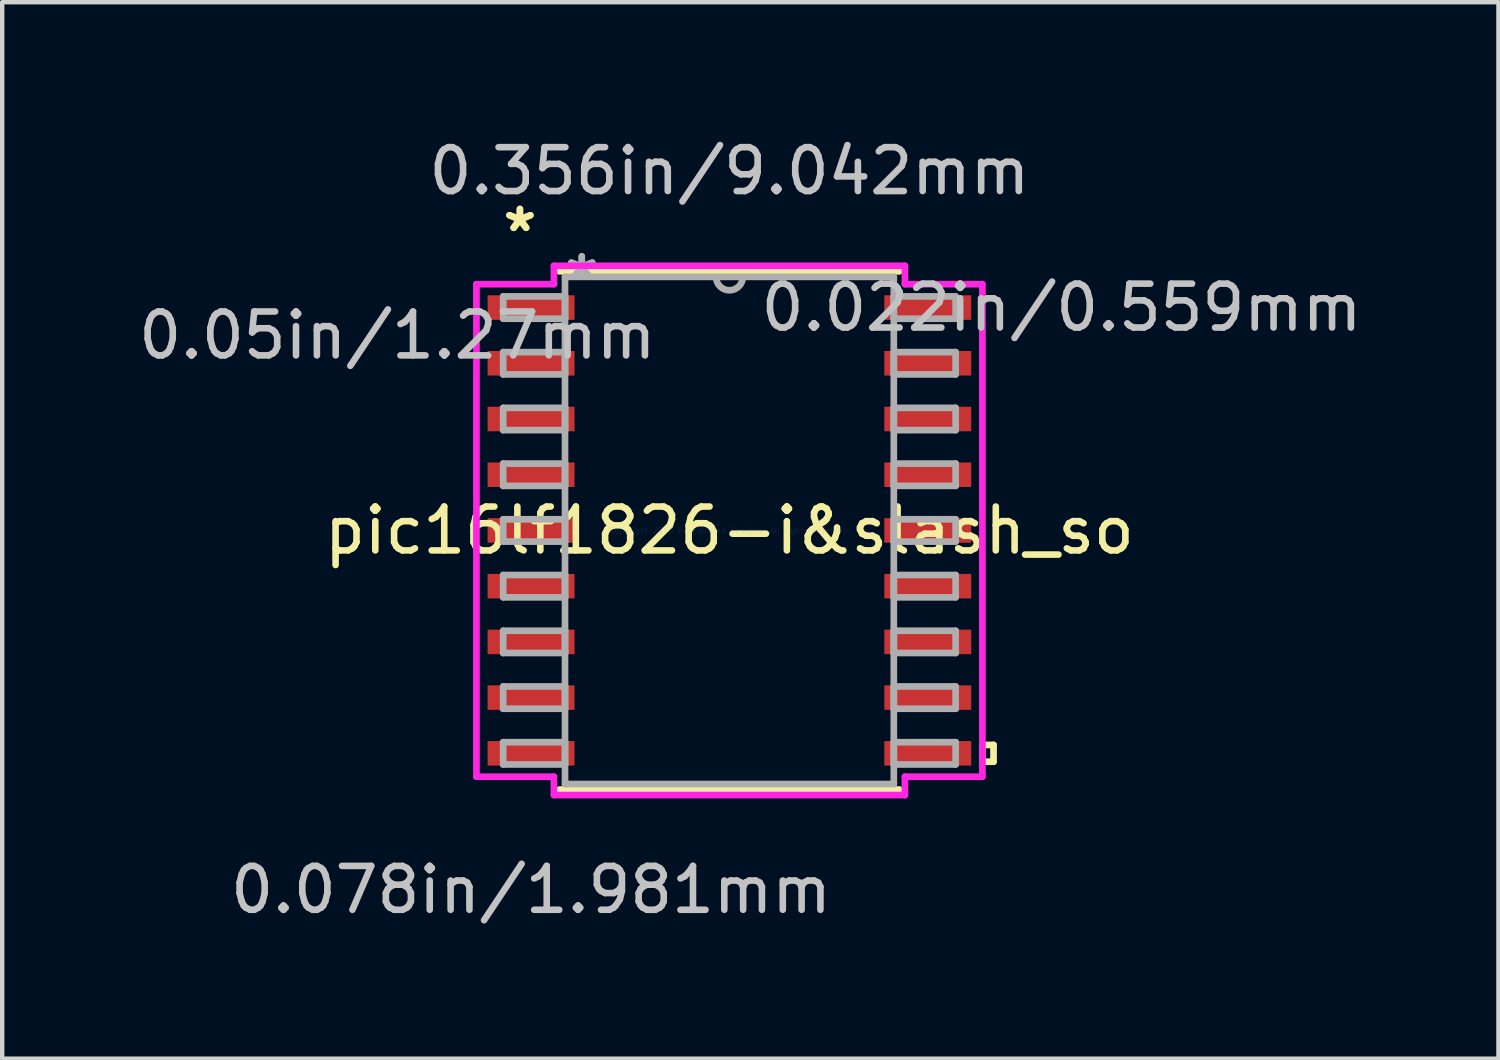
<source format=kicad_pcb>
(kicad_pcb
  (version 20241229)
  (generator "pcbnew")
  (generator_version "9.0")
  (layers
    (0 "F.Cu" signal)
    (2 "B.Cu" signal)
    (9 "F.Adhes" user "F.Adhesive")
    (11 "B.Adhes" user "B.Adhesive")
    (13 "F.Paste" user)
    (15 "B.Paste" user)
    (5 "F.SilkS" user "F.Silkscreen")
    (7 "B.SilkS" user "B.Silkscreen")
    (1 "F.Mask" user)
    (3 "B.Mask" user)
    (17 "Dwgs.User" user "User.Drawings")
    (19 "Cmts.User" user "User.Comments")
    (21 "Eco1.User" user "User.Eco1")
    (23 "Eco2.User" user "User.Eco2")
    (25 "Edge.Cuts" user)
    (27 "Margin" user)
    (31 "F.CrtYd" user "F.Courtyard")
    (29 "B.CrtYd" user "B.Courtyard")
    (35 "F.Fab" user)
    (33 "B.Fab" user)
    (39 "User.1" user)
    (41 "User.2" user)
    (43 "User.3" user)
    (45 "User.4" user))
  (footprint "pic16lf1826-i&slash_so"
    (layer "F.Cu")
    (at 13.575 9.04)
    (property "Reference" "pic16lf1826-i&slash_so" (at 0 0 0) (layer "F.SilkS") (effects (font (size 1 1) (thickness 0.15))))
    (attr through_hole)
    (fp_line (start -3.873 5.905) (end 3.873 5.905) (stroke (width 0.152) (type solid)) (layer "F.SilkS"))
    (fp_line (start 3.873 -5.905) (end -3.873 -5.905) (stroke (width 0.152) (type solid)) (layer "F.SilkS"))
    (fp_line (start 5.766 4.889) (end 6.02 4.889) (stroke (width 0.152) (type solid)) (layer "F.SilkS"))
    (fp_line (start 5.766 5.271) (end 5.766 4.889) (stroke (width 0.152) (type solid)) (layer "F.SilkS"))
    (fp_line (start 6.02 4.889) (end 6.02 5.271) (stroke (width 0.152) (type solid)) (layer "F.SilkS"))
    (fp_line (start 6.02 5.271) (end 5.766 5.271) (stroke (width 0.152) (type solid)) (layer "F.SilkS"))
    (fp_line (start -5.766 -5.613) (end -4 -5.613) (stroke (width 0.152) (type solid)) (layer "F.CrtYd"))
    (fp_line (start -5.766 5.613) (end -5.766 -5.613) (stroke (width 0.152) (type solid)) (layer "F.CrtYd"))
    (fp_line (start -4 -6.032) (end 4 -6.032) (stroke (width 0.152) (type solid)) (layer "F.CrtYd"))
    (fp_line (start -4 -5.613) (end -4 -6.032) (stroke (width 0.152) (type solid)) (layer "F.CrtYd"))
    (fp_line (start -4 5.613) (end -5.766 5.613) (stroke (width 0.152) (type solid)) (layer "F.CrtYd"))
    (fp_line (start -4 6.032) (end -4 5.613) (stroke (width 0.152) (type solid)) (layer "F.CrtYd"))
    (fp_line (start 4 -6.032) (end 4 -5.613) (stroke (width 0.152) (type solid)) (layer "F.CrtYd"))
    (fp_line (start 4 -5.613) (end 5.766 -5.613) (stroke (width 0.152) (type solid)) (layer "F.CrtYd"))
    (fp_line (start 4 5.613) (end 4 6.032) (stroke (width 0.152) (type solid)) (layer "F.CrtYd"))
    (fp_line (start 4 6.032) (end -4 6.032) (stroke (width 0.152) (type solid)) (layer "F.CrtYd"))
    (fp_line (start 5.766 -5.613) (end 5.766 5.613) (stroke (width 0.152) (type solid)) (layer "F.CrtYd"))
    (fp_line (start 5.766 5.613) (end 4 5.613) (stroke (width 0.152) (type solid)) (layer "F.CrtYd"))
    (fp_line (start -5.156 -5.334) (end -5.156 -4.826) (stroke (width 0.152) (type solid)) (layer "F.Fab"))
    (fp_line (start -5.156 -4.826) (end -3.747 -4.826) (stroke (width 0.152) (type solid)) (layer "F.Fab"))
    (fp_line (start -5.156 -4.064) (end -5.156 -3.556) (stroke (width 0.152) (type solid)) (layer "F.Fab"))
    (fp_line (start -5.156 -3.556) (end -3.747 -3.556) (stroke (width 0.152) (type solid)) (layer "F.Fab"))
    (fp_line (start -5.156 -2.794) (end -5.156 -2.286) (stroke (width 0.152) (type solid)) (layer "F.Fab"))
    (fp_line (start -5.156 -2.286) (end -3.747 -2.286) (stroke (width 0.152) (type solid)) (layer "F.Fab"))
    (fp_line (start -5.156 -1.524) (end -5.156 -1.016) (stroke (width 0.152) (type solid)) (layer "F.Fab"))
    (fp_line (start -5.156 -1.016) (end -3.747 -1.016) (stroke (width 0.152) (type solid)) (layer "F.Fab"))
    (fp_line (start -5.156 -0.254) (end -5.156 0.254) (stroke (width 0.152) (type solid)) (layer "F.Fab"))
    (fp_line (start -5.156 0.254) (end -3.747 0.254) (stroke (width 0.152) (type solid)) (layer "F.Fab"))
    (fp_line (start -5.156 1.016) (end -5.156 1.524) (stroke (width 0.152) (type solid)) (layer "F.Fab"))
    (fp_line (start -5.156 1.524) (end -3.747 1.524) (stroke (width 0.152) (type solid)) (layer "F.Fab"))
    (fp_line (start -5.156 2.286) (end -5.156 2.794) (stroke (width 0.152) (type solid)) (layer "F.Fab"))
    (fp_line (start -5.156 2.794) (end -3.747 2.794) (stroke (width 0.152) (type solid)) (layer "F.Fab"))
    (fp_line (start -5.156 3.556) (end -5.156 4.064) (stroke (width 0.152) (type solid)) (layer "F.Fab"))
    (fp_line (start -5.156 4.064) (end -3.747 4.064) (stroke (width 0.152) (type solid)) (layer "F.Fab"))
    (fp_line (start -5.156 4.826) (end -5.156 5.334) (stroke (width 0.152) (type solid)) (layer "F.Fab"))
    (fp_line (start -5.156 5.334) (end -3.747 5.334) (stroke (width 0.152) (type solid)) (layer "F.Fab"))
    (fp_line (start -3.747 -5.779) (end -3.747 5.779) (stroke (width 0.152) (type solid)) (layer "F.Fab"))
    (fp_line (start -3.747 -5.334) (end -5.156 -5.334) (stroke (width 0.152) (type solid)) (layer "F.Fab"))
    (fp_line (start -3.747 -4.826) (end -3.747 -5.334) (stroke (width 0.152) (type solid)) (layer "F.Fab"))
    (fp_line (start -3.747 -4.064) (end -5.156 -4.064) (stroke (width 0.152) (type solid)) (layer "F.Fab"))
    (fp_line (start -3.747 -3.556) (end -3.747 -4.064) (stroke (width 0.152) (type solid)) (layer "F.Fab"))
    (fp_line (start -3.747 -2.794) (end -5.156 -2.794) (stroke (width 0.152) (type solid)) (layer "F.Fab"))
    (fp_line (start -3.747 -2.286) (end -3.747 -2.794) (stroke (width 0.152) (type solid)) (layer "F.Fab"))
    (fp_line (start -3.747 -1.524) (end -5.156 -1.524) (stroke (width 0.152) (type solid)) (layer "F.Fab"))
    (fp_line (start -3.747 -1.016) (end -3.747 -1.524) (stroke (width 0.152) (type solid)) (layer "F.Fab"))
    (fp_line (start -3.747 -0.254) (end -5.156 -0.254) (stroke (width 0.152) (type solid)) (layer "F.Fab"))
    (fp_line (start -3.747 0.254) (end -3.747 -0.254) (stroke (width 0.152) (type solid)) (layer "F.Fab"))
    (fp_line (start -3.747 1.016) (end -5.156 1.016) (stroke (width 0.152) (type solid)) (layer "F.Fab"))
    (fp_line (start -3.747 1.524) (end -3.747 1.016) (stroke (width 0.152) (type solid)) (layer "F.Fab"))
    (fp_line (start -3.747 2.286) (end -5.156 2.286) (stroke (width 0.152) (type solid)) (layer "F.Fab"))
    (fp_line (start -3.747 2.794) (end -3.747 2.286) (stroke (width 0.152) (type solid)) (layer "F.Fab"))
    (fp_line (start -3.747 3.556) (end -5.156 3.556) (stroke (width 0.152) (type solid)) (layer "F.Fab"))
    (fp_line (start -3.747 4.064) (end -3.747 3.556) (stroke (width 0.152) (type solid)) (layer "F.Fab"))
    (fp_line (start -3.747 4.826) (end -5.156 4.826) (stroke (width 0.152) (type solid)) (layer "F.Fab"))
    (fp_line (start -3.747 5.334) (end -3.747 4.826) (stroke (width 0.152) (type solid)) (layer "F.Fab"))
    (fp_line (start -3.747 5.779) (end 3.747 5.779) (stroke (width 0.152) (type solid)) (layer "F.Fab"))
    (fp_line (start 3.747 -5.779) (end -3.747 -5.779) (stroke (width 0.152) (type solid)) (layer "F.Fab"))
    (fp_line (start 3.747 -5.334) (end 3.747 -4.826) (stroke (width 0.152) (type solid)) (layer "F.Fab"))
    (fp_line (start 3.747 -4.826) (end 5.156 -4.826) (stroke (width 0.152) (type solid)) (layer "F.Fab"))
    (fp_line (start 3.747 -4.064) (end 3.747 -3.556) (stroke (width 0.152) (type solid)) (layer "F.Fab"))
    (fp_line (start 3.747 -3.556) (end 5.156 -3.556) (stroke (width 0.152) (type solid)) (layer "F.Fab"))
    (fp_line (start 3.747 -2.794) (end 3.747 -2.286) (stroke (width 0.152) (type solid)) (layer "F.Fab"))
    (fp_line (start 3.747 -2.286) (end 5.156 -2.286) (stroke (width 0.152) (type solid)) (layer "F.Fab"))
    (fp_line (start 3.747 -1.524) (end 3.747 -1.016) (stroke (width 0.152) (type solid)) (layer "F.Fab"))
    (fp_line (start 3.747 -1.016) (end 5.156 -1.016) (stroke (width 0.152) (type solid)) (layer "F.Fab"))
    (fp_line (start 3.747 -0.254) (end 3.747 0.254) (stroke (width 0.152) (type solid)) (layer "F.Fab"))
    (fp_line (start 3.747 0.254) (end 5.156 0.254) (stroke (width 0.152) (type solid)) (layer "F.Fab"))
    (fp_line (start 3.747 1.016) (end 3.747 1.524) (stroke (width 0.152) (type solid)) (layer "F.Fab"))
    (fp_line (start 3.747 1.524) (end 5.156 1.524) (stroke (width 0.152) (type solid)) (layer "F.Fab"))
    (fp_line (start 3.747 2.286) (end 3.747 2.794) (stroke (width 0.152) (type solid)) (layer "F.Fab"))
    (fp_line (start 3.747 2.794) (end 5.156 2.794) (stroke (width 0.152) (type solid)) (layer "F.Fab"))
    (fp_line (start 3.747 3.556) (end 3.747 4.064) (stroke (width 0.152) (type solid)) (layer "F.Fab"))
    (fp_line (start 3.747 4.064) (end 5.156 4.064) (stroke (width 0.152) (type solid)) (layer "F.Fab"))
    (fp_line (start 3.747 4.826) (end 3.747 5.334) (stroke (width 0.152) (type solid)) (layer "F.Fab"))
    (fp_line (start 3.747 5.334) (end 5.156 5.334) (stroke (width 0.152) (type solid)) (layer "F.Fab"))
    (fp_line (start 3.747 5.779) (end 3.747 -5.779) (stroke (width 0.152) (type solid)) (layer "F.Fab"))
    (fp_line (start 5.156 -5.334) (end 3.747 -5.334) (stroke (width 0.152) (type solid)) (layer "F.Fab"))
    (fp_line (start 5.156 -4.826) (end 5.156 -5.334) (stroke (width 0.152) (type solid)) (layer "F.Fab"))
    (fp_line (start 5.156 -4.064) (end 3.747 -4.064) (stroke (width 0.152) (type solid)) (layer "F.Fab"))
    (fp_line (start 5.156 -3.556) (end 5.156 -4.064) (stroke (width 0.152) (type solid)) (layer "F.Fab"))
    (fp_line (start 5.156 -2.794) (end 3.747 -2.794) (stroke (width 0.152) (type solid)) (layer "F.Fab"))
    (fp_line (start 5.156 -2.286) (end 5.156 -2.794) (stroke (width 0.152) (type solid)) (layer "F.Fab"))
    (fp_line (start 5.156 -1.524) (end 3.747 -1.524) (stroke (width 0.152) (type solid)) (layer "F.Fab"))
    (fp_line (start 5.156 -1.016) (end 5.156 -1.524) (stroke (width 0.152) (type solid)) (layer "F.Fab"))
    (fp_line (start 5.156 -0.254) (end 3.747 -0.254) (stroke (width 0.152) (type solid)) (layer "F.Fab"))
    (fp_line (start 5.156 0.254) (end 5.156 -0.254) (stroke (width 0.152) (type solid)) (layer "F.Fab"))
    (fp_line (start 5.156 1.016) (end 3.747 1.016) (stroke (width 0.152) (type solid)) (layer "F.Fab"))
    (fp_line (start 5.156 1.524) (end 5.156 1.016) (stroke (width 0.152) (type solid)) (layer "F.Fab"))
    (fp_line (start 5.156 2.286) (end 3.747 2.286) (stroke (width 0.152) (type solid)) (layer "F.Fab"))
    (fp_line (start 5.156 2.794) (end 5.156 2.286) (stroke (width 0.152) (type solid)) (layer "F.Fab"))
    (fp_line (start 5.156 3.556) (end 3.747 3.556) (stroke (width 0.152) (type solid)) (layer "F.Fab"))
    (fp_line (start 5.156 4.064) (end 5.156 3.556) (stroke (width 0.152) (type solid)) (layer "F.Fab"))
    (fp_line (start 5.156 4.826) (end 3.747 4.826) (stroke (width 0.152) (type solid)) (layer "F.Fab"))
    (fp_line (start 5.156 5.334) (end 5.156 4.826) (stroke (width 0.152) (type solid)) (layer "F.Fab"))
    (fp_arc (start 0.3048 -5.7785) (mid 0 -5.4737) (end -0.3048 -5.7785) (stroke (width 0.1524) (type solid)) (layer "F.Fab"))
    (fp_text user "*" (at -4.775 -6.782 0) (layer "F.SilkS") (effects (font (size 1 1) (thickness 0.15))))
    (fp_text user "*" (at -4.775 -6.782 0) (layer "F.SilkS") (effects (font (size 1 1) (thickness 0.15))))
    (fp_text user "0.05in/1.27mm" (at -7.569 -4.445 0) (layer "Dwgs.User") (effects (font (size 1 1) (thickness 0.15))))
    (fp_text user "0.356in/9.042mm" (at 0 -8.191 0) (layer "Dwgs.User") (effects (font (size 1 1) (thickness 0.15))))
    (fp_text user "0.022in/0.559mm" (at 7.569 -5.08 0) (layer "Dwgs.User") (effects (font (size 1 1) (thickness 0.15))))
    (fp_text user "0.078in/1.981mm" (at -4.521 8.191 0) (layer "Dwgs.User") (effects (font (size 1 1) (thickness 0.15))))
    (fp_text user "Copyright 2016 Accelerated Designs. All rights reserved." (at 0 0 0) (layer "Cmts.User") (effects (font (size 0.127 0.127) (thickness 0.002))))
    (fp_text user "*" (at -3.365 -5.702 0) (layer "F.Fab") (effects (font (size 1 1) (thickness 0.15))))
    (fp_text user "*" (at -3.365 -5.702 0) (layer "F.Fab") (effects (font (size 1 1) (thickness 0.15))))
    (pad "1" smd rect (at -4.521 -5.08) (size 1.981 0.559) (layers "F.Cu" "F.Mask" "F.Paste"))
    (pad "2" smd rect (at -4.521 -3.81) (size 1.981 0.559) (layers "F.Cu" "F.Mask" "F.Paste"))
    (pad "3" smd rect (at -4.521 -2.54) (size 1.981 0.559) (layers "F.Cu" "F.Mask" "F.Paste"))
    (pad "4" smd rect (at -4.521 -1.27) (size 1.981 0.559) (layers "F.Cu" "F.Mask" "F.Paste"))
    (pad "5" smd rect (at -4.521 0) (size 1.981 0.559) (layers "F.Cu" "F.Mask" "F.Paste"))
    (pad "6" smd rect (at -4.521 1.27) (size 1.981 0.559) (layers "F.Cu" "F.Mask" "F.Paste"))
    (pad "7" smd rect (at -4.521 2.54) (size 1.981 0.559) (layers "F.Cu" "F.Mask" "F.Paste"))
    (pad "8" smd rect (at -4.521 3.81) (size 1.981 0.559) (layers "F.Cu" "F.Mask" "F.Paste"))
    (pad "9" smd rect (at -4.521 5.08) (size 1.981 0.559) (layers "F.Cu" "F.Mask" "F.Paste"))
    (pad "10" smd rect (at 4.521 5.08) (size 1.981 0.559) (layers "F.Cu" "F.Mask" "F.Paste"))
    (pad "11" smd rect (at 4.521 3.81) (size 1.981 0.559) (layers "F.Cu" "F.Mask" "F.Paste"))
    (pad "12" smd rect (at 4.521 2.54) (size 1.981 0.559) (layers "F.Cu" "F.Mask" "F.Paste"))
    (pad "13" smd rect (at 4.521 1.27) (size 1.981 0.559) (layers "F.Cu" "F.Mask" "F.Paste"))
    (pad "14" smd rect (at 4.521 0) (size 1.981 0.559) (layers "F.Cu" "F.Mask" "F.Paste"))
    (pad "15" smd rect (at 4.521 -1.27) (size 1.981 0.559) (layers "F.Cu" "F.Mask" "F.Paste"))
    (pad "16" smd rect (at 4.521 -2.54) (size 1.981 0.559) (layers "F.Cu" "F.Mask" "F.Paste"))
    (pad "17" smd rect (at 4.521 -3.81) (size 1.981 0.559) (layers "F.Cu" "F.Mask" "F.Paste"))
    (pad "18" smd rect (at 4.521 -5.08) (size 1.981 0.559) (layers "F.Cu" "F.Mask" "F.Paste")))
  (gr_rect
    (start -3 -3)
    (end 31.103 21.079)
    (stroke (width 0.1) (type default))
    (fill no)
    (layer "Edge.Cuts")))
</source>
